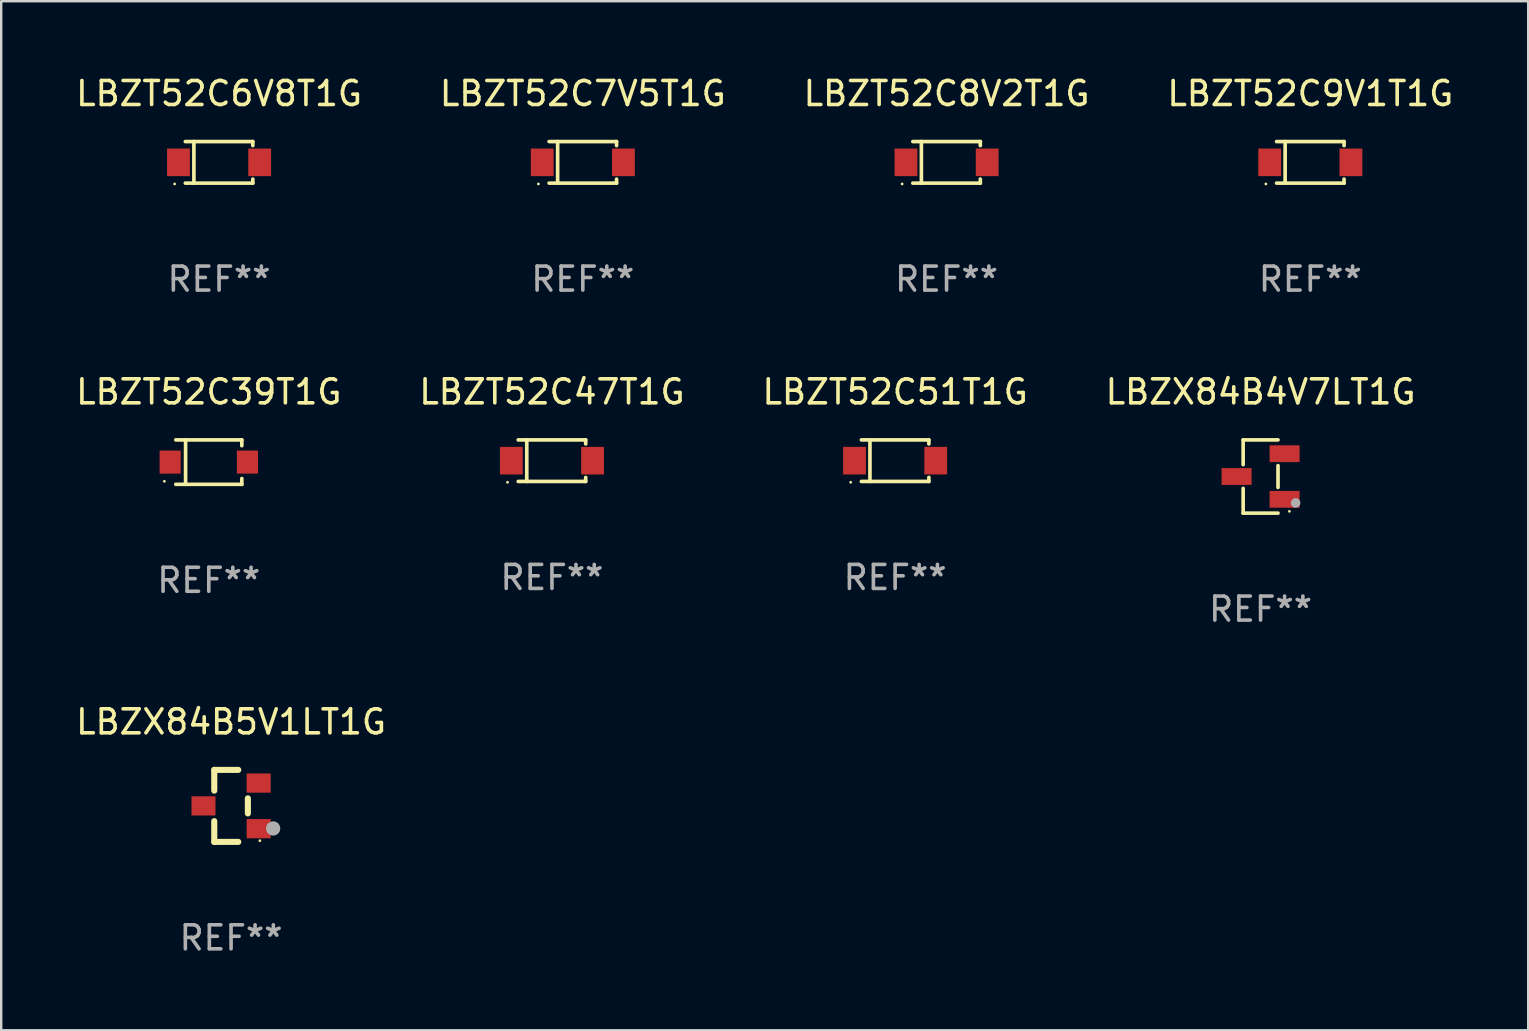
<source format=kicad_pcb>
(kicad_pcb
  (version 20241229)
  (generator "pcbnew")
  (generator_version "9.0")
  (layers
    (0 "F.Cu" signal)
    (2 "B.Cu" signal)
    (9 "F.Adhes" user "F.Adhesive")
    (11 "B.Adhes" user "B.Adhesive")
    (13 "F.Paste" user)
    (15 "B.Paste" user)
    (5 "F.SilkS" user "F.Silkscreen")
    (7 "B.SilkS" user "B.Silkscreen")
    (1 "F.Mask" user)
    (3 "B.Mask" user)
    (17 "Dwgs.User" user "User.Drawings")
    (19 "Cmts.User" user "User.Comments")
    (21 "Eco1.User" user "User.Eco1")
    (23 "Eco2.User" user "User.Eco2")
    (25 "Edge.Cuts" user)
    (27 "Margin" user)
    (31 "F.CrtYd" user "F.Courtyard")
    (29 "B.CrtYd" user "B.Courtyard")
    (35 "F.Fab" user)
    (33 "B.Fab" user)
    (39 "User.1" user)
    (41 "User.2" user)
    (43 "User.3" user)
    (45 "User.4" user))
  (footprint "LBZT52C47T1G"
    (layer "F.Cu")
    (at 19.946 16.143)
    (property "Reference" "LBZT52C47T1G" (at 0 -2.866 0) (layer "F.SilkS") (effects (font (size 1 1) (thickness 0.15))))
    (attr through_hole)
    (fp_line (start -1.406 -0.866) (end 1.406 -0.866) (stroke (width 0.152) (type solid)) (layer "F.SilkS"))
    (fp_line (start -1.406 0.866) (end 1.406 0.866) (stroke (width 0.152) (type solid)) (layer "F.SilkS"))
    (fp_line (start -1.049 -0.866) (end -1.049 0.866) (stroke (width 0.152) (type solid)) (layer "F.SilkS"))
    (fp_line (start 1.406 -0.866) (end 1.406 -0.698) (stroke (width 0.152) (type solid)) (layer "F.SilkS"))
    (fp_line (start 1.406 0.866) (end 1.406 0.698) (stroke (width 0.152) (type solid)) (layer "F.SilkS"))
    (fp_circle (center -1.851 0.9) (end -1.821 0.9) (stroke (width 0.06) (type solid)) (fill no) (layer "F.SilkS"))
    (fp_text user "REF**" (at 0 4.866 0) (layer "F.Fab") (effects (font (size 1 1) (thickness 0.15))))
    (pad "1" smd rect (at -1.692 0) (size 0.95 1.15) (layers "F.Cu" "F.Mask" "F.Paste"))
    (pad "2" smd rect (at 1.692 0) (size 0.95 1.15) (layers "F.Cu" "F.Mask" "F.Paste")))
  (footprint "LBZT52C6V8T1G"
    (layer "F.Cu")
    (at 6.077 3.714)
    (property "Reference" "LBZT52C6V8T1G" (at 0 -2.866 0) (layer "F.SilkS") (effects (font (size 1 1) (thickness 0.15))))
    (attr through_hole)
    (fp_line (start -1.406 -0.866) (end 1.406 -0.866) (stroke (width 0.152) (type solid)) (layer "F.SilkS"))
    (fp_line (start -1.406 0.866) (end 1.406 0.866) (stroke (width 0.152) (type solid)) (layer "F.SilkS"))
    (fp_line (start -1.049 -0.866) (end -1.049 0.866) (stroke (width 0.152) (type solid)) (layer "F.SilkS"))
    (fp_line (start 1.406 -0.866) (end 1.406 -0.698) (stroke (width 0.152) (type solid)) (layer "F.SilkS"))
    (fp_line (start 1.406 0.866) (end 1.406 0.698) (stroke (width 0.152) (type solid)) (layer "F.SilkS"))
    (fp_circle (center -1.851 0.9) (end -1.821 0.9) (stroke (width 0.06) (type solid)) (fill no) (layer "F.SilkS"))
    (fp_text user "REF**" (at 0 4.866 0) (layer "F.Fab") (effects (font (size 1 1) (thickness 0.15))))
    (pad "1" smd rect (at -1.692 0) (size 0.95 1.15) (layers "F.Cu" "F.Mask" "F.Paste"))
    (pad "2" smd rect (at 1.692 0) (size 0.95 1.15) (layers "F.Cu" "F.Mask" "F.Paste")))
  (footprint "LBZX84B4V7LT1G"
    (layer "F.Cu")
    (at 49.47 16.803)
    (property "Reference" "LBZX84B4V7LT1G" (at 0 -3.526 0) (layer "F.SilkS") (effects (font (size 1 1) (thickness 0.15))))
    (attr through_hole)
    (fp_line (start -0.726 -1.526) (end -0.726 -0.495) (stroke (width 0.152) (type solid)) (layer "F.SilkS"))
    (fp_line (start -0.726 1.526) (end -0.726 0.495) (stroke (width 0.152) (type solid)) (layer "F.SilkS"))
    (fp_line (start 0.726 -1.526) (end -0.726 -1.526) (stroke (width 0.152) (type solid)) (layer "F.SilkS"))
    (fp_line (start 0.726 -0.455) (end 0.726 0.455) (stroke (width 0.152) (type solid)) (layer "F.SilkS"))
    (fp_line (start 0.726 1.526) (end -0.726 1.526) (stroke (width 0.152) (type solid)) (layer "F.SilkS"))
    (fp_circle (center 1.2 1.45) (end 1.23 1.45) (stroke (width 0.06) (type solid)) (fill no) (layer "F.SilkS"))
    (fp_circle (center 1.46 1.1) (end 1.56 1.1) (stroke (width 0.2) (type solid)) (fill no) (layer "F.Fab"))
    (fp_text user "REF**" (at 0 5.526 0) (layer "F.Fab") (effects (font (size 1 1) (thickness 0.15))))
    (pad "1" smd rect (at 1 0.95) (size 1.25 0.7) (layers "F.Cu" "F.Mask" "F.Paste"))
    (pad "2" smd rect (at 1 -0.95) (size 1.25 0.7) (layers "F.Cu" "F.Mask" "F.Paste"))
    (pad "3" smd rect (at -1 0) (size 1.25 0.7) (layers "F.Cu" "F.Mask" "F.Paste")))
  (footprint "LBZT52C9V1T1G"
    (layer "F.Cu")
    (at 51.542 3.714)
    (property "Reference" "LBZT52C9V1T1G" (at 0 -2.866 0) (layer "F.SilkS") (effects (font (size 1 1) (thickness 0.15))))
    (attr through_hole)
    (fp_line (start -1.406 -0.866) (end 1.406 -0.866) (stroke (width 0.152) (type solid)) (layer "F.SilkS"))
    (fp_line (start -1.406 0.866) (end 1.406 0.866) (stroke (width 0.152) (type solid)) (layer "F.SilkS"))
    (fp_line (start -1.049 -0.866) (end -1.049 0.866) (stroke (width 0.152) (type solid)) (layer "F.SilkS"))
    (fp_line (start 1.406 -0.866) (end 1.406 -0.698) (stroke (width 0.152) (type solid)) (layer "F.SilkS"))
    (fp_line (start 1.406 0.866) (end 1.406 0.698) (stroke (width 0.152) (type solid)) (layer "F.SilkS"))
    (fp_circle (center -1.851 0.9) (end -1.821 0.9) (stroke (width 0.06) (type solid)) (fill no) (layer "F.SilkS"))
    (fp_text user "REF**" (at 0 4.866 0) (layer "F.Fab") (effects (font (size 1 1) (thickness 0.15))))
    (pad "1" smd rect (at -1.692 0) (size 0.95 1.15) (layers "F.Cu" "F.Mask" "F.Paste"))
    (pad "2" smd rect (at 1.692 0) (size 0.95 1.15) (layers "F.Cu" "F.Mask" "F.Paste")))
  (footprint "LBZT52C8V2T1G"
    (layer "F.Cu")
    (at 36.387 3.714)
    (property "Reference" "LBZT52C8V2T1G" (at 0 -2.866 0) (layer "F.SilkS") (effects (font (size 1 1) (thickness 0.15))))
    (attr through_hole)
    (fp_line (start -1.406 -0.866) (end 1.406 -0.866) (stroke (width 0.152) (type solid)) (layer "F.SilkS"))
    (fp_line (start -1.406 0.866) (end 1.406 0.866) (stroke (width 0.152) (type solid)) (layer "F.SilkS"))
    (fp_line (start -1.049 -0.866) (end -1.049 0.866) (stroke (width 0.152) (type solid)) (layer "F.SilkS"))
    (fp_line (start 1.406 -0.866) (end 1.406 -0.698) (stroke (width 0.152) (type solid)) (layer "F.SilkS"))
    (fp_line (start 1.406 0.866) (end 1.406 0.698) (stroke (width 0.152) (type solid)) (layer "F.SilkS"))
    (fp_circle (center -1.851 0.9) (end -1.821 0.9) (stroke (width 0.06) (type solid)) (fill no) (layer "F.SilkS"))
    (fp_text user "REF**" (at 0 4.866 0) (layer "F.Fab") (effects (font (size 1 1) (thickness 0.15))))
    (pad "1" smd rect (at -1.692 0) (size 0.95 1.15) (layers "F.Cu" "F.Mask" "F.Paste"))
    (pad "2" smd rect (at 1.692 0) (size 0.95 1.15) (layers "F.Cu" "F.Mask" "F.Paste")))
  (footprint "LBZT52C39T1G"
    (layer "F.Cu")
    (at 5.649 16.203)
    (property "Reference" "LBZT52C39T1G" (at 0 -2.926 0) (layer "F.SilkS") (effects (font (size 1 1) (thickness 0.15))))
    (attr through_hole)
    (fp_line (start -1.376 -0.926) (end 1.376 -0.926) (stroke (width 0.152) (type solid)) (layer "F.SilkS"))
    (fp_line (start -1.376 0.926) (end 1.376 0.926) (stroke (width 0.152) (type solid)) (layer "F.SilkS"))
    (fp_line (start -0.967 -0.926) (end -0.967 0.926) (stroke (width 0.152) (type solid)) (layer "F.SilkS"))
    (fp_line (start 1.376 -0.926) (end 1.376 -0.683) (stroke (width 0.152) (type solid)) (layer "F.SilkS"))
    (fp_line (start 1.376 0.926) (end 1.376 0.683) (stroke (width 0.152) (type solid)) (layer "F.SilkS"))
    (fp_circle (center -1.85 0.8) (end -1.82 0.8) (stroke (width 0.06) (type solid)) (fill no) (layer "F.SilkS"))
    (fp_text user "REF**" (at 0 4.926 0) (layer "F.Fab") (effects (font (size 1 1) (thickness 0.15))))
    (pad "1" smd rect (at -1.61 0) (size 0.88 0.96) (layers "F.Cu" "F.Mask" "F.Paste"))
    (pad "2" smd rect (at 1.61 0) (size 0.88 0.96) (layers "F.Cu" "F.Mask" "F.Paste")))
  (footprint "LBZX84B5V1LT1G"
    (layer "F.Cu")
    (at 6.577 30.526)
    (property "Reference" "LBZX84B5V1LT1G" (at 0 -3.5 0) (layer "F.SilkS") (effects (font (size 1 1) (thickness 0.15))))
    (attr through_hole)
    (fp_line (start -0.7 -1.5) (end 0.3 -1.5) (stroke (width 0.254) (type solid)) (layer "F.SilkS"))
    (fp_line (start -0.7 -0.636) (end -0.7 -1.5) (stroke (width 0.254) (type solid)) (layer "F.SilkS"))
    (fp_line (start -0.7 1.5) (end -0.7 0.636) (stroke (width 0.254) (type solid)) (layer "F.SilkS"))
    (fp_line (start -0.7 1.5) (end 0.3 1.5) (stroke (width 0.254) (type solid)) (layer "F.SilkS"))
    (fp_line (start 0.7 0.314) (end 0.7 -0.314) (stroke (width 0.254) (type solid)) (layer "F.SilkS"))
    (fp_circle (center 1.2 1.45) (end 1.23 1.45) (stroke (width 0.06) (type solid)) (fill no) (layer "F.SilkS"))
    (fp_circle (center 1.753 0.94) (end 1.903 0.94) (stroke (width 0.3) (type solid)) (fill no) (layer "F.Fab"))
    (fp_text user "REF**" (at 0 5.5 0) (layer "F.Fab") (effects (font (size 1 1) (thickness 0.15))))
    (pad "1" smd rect (at 1.15 0.95 180) (size 1 0.8) (layers "F.Cu" "F.Mask" "F.Paste"))
    (pad "2" smd rect (at 1.15 -0.95 180) (size 1 0.8) (layers "F.Cu" "F.Mask" "F.Paste"))
    (pad "3" smd rect (at -1.15 -0.000051 180) (size 1 0.8) (layers "F.Cu" "F.Mask" "F.Paste")))
  (footprint "LBZT52C7V5T1G"
    (layer "F.Cu")
    (at 21.232 3.714)
    (property "Reference" "LBZT52C7V5T1G" (at 0 -2.866 0) (layer "F.SilkS") (effects (font (size 1 1) (thickness 0.15))))
    (attr through_hole)
    (fp_line (start -1.406 -0.866) (end 1.406 -0.866) (stroke (width 0.152) (type solid)) (layer "F.SilkS"))
    (fp_line (start -1.406 0.866) (end 1.406 0.866) (stroke (width 0.152) (type solid)) (layer "F.SilkS"))
    (fp_line (start -1.049 -0.866) (end -1.049 0.866) (stroke (width 0.152) (type solid)) (layer "F.SilkS"))
    (fp_line (start 1.406 -0.866) (end 1.406 -0.698) (stroke (width 0.152) (type solid)) (layer "F.SilkS"))
    (fp_line (start 1.406 0.866) (end 1.406 0.698) (stroke (width 0.152) (type solid)) (layer "F.SilkS"))
    (fp_circle (center -1.851 0.9) (end -1.821 0.9) (stroke (width 0.06) (type solid)) (fill no) (layer "F.SilkS"))
    (fp_text user "REF**" (at 0 4.866 0) (layer "F.Fab") (effects (font (size 1 1) (thickness 0.15))))
    (pad "1" smd rect (at -1.692 0) (size 0.95 1.15) (layers "F.Cu" "F.Mask" "F.Paste"))
    (pad "2" smd rect (at 1.692 0) (size 0.95 1.15) (layers "F.Cu" "F.Mask" "F.Paste")))
  (footprint "LBZT52C51T1G"
    (layer "F.Cu")
    (at 34.244 16.143)
    (property "Reference" "LBZT52C51T1G" (at 0 -2.866 0) (layer "F.SilkS") (effects (font (size 1 1) (thickness 0.15))))
    (attr through_hole)
    (fp_line (start -1.406 -0.866) (end 1.406 -0.866) (stroke (width 0.152) (type solid)) (layer "F.SilkS"))
    (fp_line (start -1.406 0.866) (end 1.406 0.866) (stroke (width 0.152) (type solid)) (layer "F.SilkS"))
    (fp_line (start -1.049 -0.866) (end -1.049 0.866) (stroke (width 0.152) (type solid)) (layer "F.SilkS"))
    (fp_line (start 1.406 -0.866) (end 1.406 -0.698) (stroke (width 0.152) (type solid)) (layer "F.SilkS"))
    (fp_line (start 1.406 0.866) (end 1.406 0.698) (stroke (width 0.152) (type solid)) (layer "F.SilkS"))
    (fp_circle (center -1.851 0.9) (end -1.821 0.9) (stroke (width 0.06) (type solid)) (fill no) (layer "F.SilkS"))
    (fp_text user "REF**" (at 0 4.866 0) (layer "F.Fab") (effects (font (size 1 1) (thickness 0.15))))
    (pad "1" smd rect (at -1.692 0) (size 0.95 1.15) (layers "F.Cu" "F.Mask" "F.Paste"))
    (pad "2" smd rect (at 1.692 0) (size 0.95 1.15) (layers "F.Cu" "F.Mask" "F.Paste")))
  (gr_rect
    (start -3 -3)
    (end 60.619 39.874)
    (stroke (width 0.1) (type default))
    (fill no)
    (layer "Edge.Cuts")))
</source>
